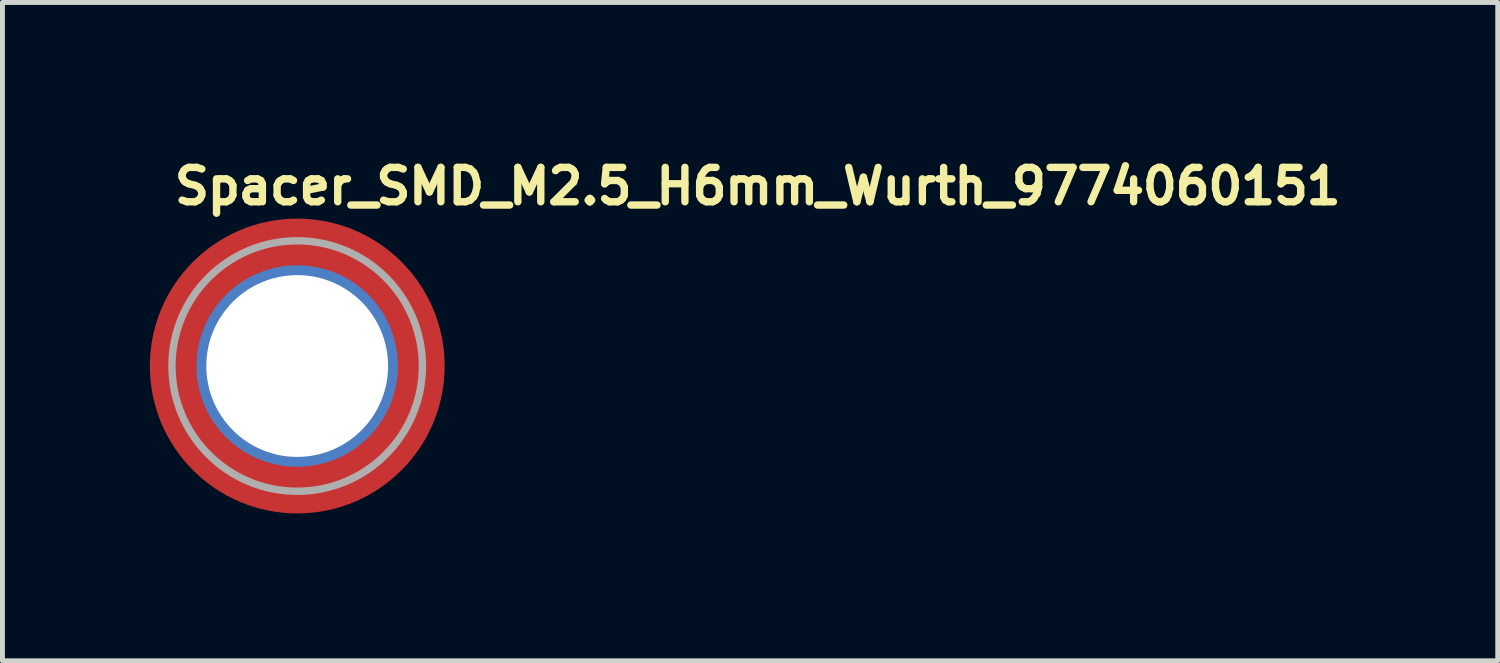
<source format=kicad_pcb>
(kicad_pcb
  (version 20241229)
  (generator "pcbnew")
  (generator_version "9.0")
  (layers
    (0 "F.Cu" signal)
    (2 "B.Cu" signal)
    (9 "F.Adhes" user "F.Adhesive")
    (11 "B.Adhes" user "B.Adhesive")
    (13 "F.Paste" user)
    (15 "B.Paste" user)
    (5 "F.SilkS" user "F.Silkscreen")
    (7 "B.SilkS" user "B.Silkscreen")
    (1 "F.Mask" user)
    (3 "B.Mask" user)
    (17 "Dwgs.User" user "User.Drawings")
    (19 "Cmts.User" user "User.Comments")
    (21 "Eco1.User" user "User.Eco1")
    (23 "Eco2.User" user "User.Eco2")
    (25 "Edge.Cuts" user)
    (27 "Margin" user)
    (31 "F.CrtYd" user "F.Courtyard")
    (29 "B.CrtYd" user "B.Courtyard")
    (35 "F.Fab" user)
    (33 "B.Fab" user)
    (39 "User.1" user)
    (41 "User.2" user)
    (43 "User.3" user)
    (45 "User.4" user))
  (footprint "Spacer_SMD_M2.5_H6mm_Wurth_9774060151"
    (layer "F.Cu")
    (at 3 4.4)
    (property "Reference" "Spacer_SMD_M2.5_H6mm_Wurth_9774060151" (at -2.575 -3.25 0) (layer "F.SilkS") (effects (font (size 0.7 0.7) (thickness 0.15)) (justify left bottom)))
    (attr smd)
    (fp_circle (center 0 0) (end 2.522 0) (stroke (width 0.8) (type solid)) (fill no) (layer "F.Paste"))
    (fp_circle (center -0.001 0) (end 2.548 0) (stroke (width 0.15) (type solid)) (fill no) (layer "F.Fab"))
    (fp_line (start -2.551 0) (end -2.551 0) (stroke (width 0.02) (type solid)) (layer "User.9"))
    (fp_line (start -2.551 0) (end -2.548 0.131) (stroke (width 0.02) (type solid)) (layer "User.9"))
    (fp_line (start -2.548 -0.133) (end -2.551 0) (stroke (width 0.02) (type solid)) (layer "User.9"))
    (fp_line (start -2.548 0.131) (end -2.537 0.26) (stroke (width 0.02) (type solid)) (layer "User.9"))
    (fp_line (start -2.537 -0.262) (end -2.548 -0.133) (stroke (width 0.02) (type solid)) (layer "User.9"))
    (fp_line (start -2.537 0.26) (end -2.521 0.388) (stroke (width 0.02) (type solid)) (layer "User.9"))
    (fp_line (start -2.521 -0.39) (end -2.537 -0.262) (stroke (width 0.02) (type solid)) (layer "User.9"))
    (fp_line (start -2.521 0.388) (end -2.5 0.513) (stroke (width 0.02) (type solid)) (layer "User.9"))
    (fp_line (start -2.5 -0.515) (end -2.521 -0.39) (stroke (width 0.02) (type solid)) (layer "User.9"))
    (fp_line (start -2.5 0.513) (end -2.471 0.636) (stroke (width 0.02) (type solid)) (layer "User.9"))
    (fp_line (start -2.471 -0.638) (end -2.5 -0.515) (stroke (width 0.02) (type solid)) (layer "User.9"))
    (fp_line (start -2.471 0.636) (end -2.436 0.757) (stroke (width 0.02) (type solid)) (layer "User.9"))
    (fp_line (start -2.436 -0.759) (end -2.471 -0.638) (stroke (width 0.02) (type solid)) (layer "User.9"))
    (fp_line (start -2.436 0.757) (end -2.396 0.875) (stroke (width 0.02) (type solid)) (layer "User.9"))
    (fp_line (start -2.396 -0.877) (end -2.436 -0.759) (stroke (width 0.02) (type solid)) (layer "User.9"))
    (fp_line (start -2.396 0.875) (end -2.351 0.991) (stroke (width 0.02) (type solid)) (layer "User.9"))
    (fp_line (start -2.351 -0.993) (end -2.396 -0.877) (stroke (width 0.02) (type solid)) (layer "User.9"))
    (fp_line (start -2.351 0.991) (end -2.3 1.104) (stroke (width 0.02) (type solid)) (layer "User.9"))
    (fp_line (start -2.3 -1.107) (end -2.351 -0.993) (stroke (width 0.02) (type solid)) (layer "User.9"))
    (fp_line (start -2.3 1.104) (end -2.244 1.215) (stroke (width 0.02) (type solid)) (layer "User.9"))
    (fp_line (start -2.244 -1.216) (end -2.3 -1.107) (stroke (width 0.02) (type solid)) (layer "User.9"))
    (fp_line (start -2.244 1.215) (end -2.181 1.322) (stroke (width 0.02) (type solid)) (layer "User.9"))
    (fp_line (start -2.181 -1.323) (end -2.244 -1.216) (stroke (width 0.02) (type solid)) (layer "User.9"))
    (fp_line (start -2.181 1.322) (end -2.115 1.425) (stroke (width 0.02) (type solid)) (layer "User.9"))
    (fp_line (start -2.115 -1.426) (end -2.181 -1.323) (stroke (width 0.02) (type solid)) (layer "User.9"))
    (fp_line (start -2.115 1.425) (end -2.045 1.525) (stroke (width 0.02) (type solid)) (layer "User.9"))
    (fp_line (start -2.045 -1.526) (end -2.115 -1.426) (stroke (width 0.02) (type solid)) (layer "User.9"))
    (fp_line (start -2.045 1.525) (end -1.968 1.622) (stroke (width 0.02) (type solid)) (layer "User.9"))
    (fp_line (start -1.968 -1.623) (end -2.045 -1.526) (stroke (width 0.02) (type solid)) (layer "User.9"))
    (fp_line (start -1.968 1.622) (end -1.888 1.713) (stroke (width 0.02) (type solid)) (layer "User.9"))
    (fp_line (start -1.888 -1.716) (end -1.968 -1.623) (stroke (width 0.02) (type solid)) (layer "User.9"))
    (fp_line (start -1.888 1.713) (end -1.805 1.802) (stroke (width 0.02) (type solid)) (layer "User.9"))
    (fp_line (start -1.805 -1.805) (end -1.888 -1.716) (stroke (width 0.02) (type solid)) (layer "User.9"))
    (fp_line (start -1.805 1.802) (end -1.715 1.886) (stroke (width 0.02) (type solid)) (layer "User.9"))
    (fp_line (start -1.715 -1.889) (end -1.805 -1.805) (stroke (width 0.02) (type solid)) (layer "User.9"))
    (fp_line (start -1.715 1.886) (end -1.623 1.967) (stroke (width 0.02) (type solid)) (layer "User.9"))
    (fp_line (start -1.623 -1.968) (end -1.715 -1.889) (stroke (width 0.02) (type solid)) (layer "User.9"))
    (fp_line (start -1.623 1.967) (end -1.526 2.043) (stroke (width 0.02) (type solid)) (layer "User.9"))
    (fp_line (start -1.526 -2.044) (end -1.623 -1.968) (stroke (width 0.02) (type solid)) (layer "User.9"))
    (fp_line (start -1.526 2.043) (end -1.426 2.113) (stroke (width 0.02) (type solid)) (layer "User.9"))
    (fp_line (start -1.426 -2.116) (end -1.526 -2.044) (stroke (width 0.02) (type solid)) (layer "User.9"))
    (fp_line (start -1.426 2.113) (end -1.324 2.18) (stroke (width 0.02) (type solid)) (layer "User.9"))
    (fp_line (start -1.324 -2.182) (end -1.426 -2.116) (stroke (width 0.02) (type solid)) (layer "User.9"))
    (fp_line (start -1.324 2.18) (end -1.216 2.241) (stroke (width 0.02) (type solid)) (layer "User.9"))
    (fp_line (start -1.216 -2.243) (end -1.324 -2.182) (stroke (width 0.02) (type solid)) (layer "User.9"))
    (fp_line (start -1.216 2.241) (end -1.107 2.297) (stroke (width 0.02) (type solid)) (layer "User.9"))
    (fp_line (start -1.107 -2.299) (end -1.216 -2.243) (stroke (width 0.02) (type solid)) (layer "User.9"))
    (fp_line (start -1.107 2.297) (end -0.994 2.349) (stroke (width 0.02) (type solid)) (layer "User.9"))
    (fp_line (start -1.007 0) (end -1.007 0) (stroke (width 0.02) (type solid)) (layer "User.9"))
    (fp_line (start -1.007 0) (end -1.006 0.051) (stroke (width 0.02) (type solid)) (layer "User.9"))
    (fp_line (start -1.006 -0.053) (end -1.007 0) (stroke (width 0.02) (type solid)) (layer "User.9"))
    (fp_line (start -1.006 0.051) (end -1.002 0.102) (stroke (width 0.02) (type solid)) (layer "User.9"))
    (fp_line (start -1.002 -0.104) (end -1.006 -0.053) (stroke (width 0.02) (type solid)) (layer "User.9"))
    (fp_line (start -1.002 0.102) (end -0.995 0.152) (stroke (width 0.02) (type solid)) (layer "User.9"))
    (fp_line (start -0.995 -0.154) (end -1.002 -0.104) (stroke (width 0.02) (type solid)) (layer "User.9"))
    (fp_line (start -0.995 0.152) (end -0.987 0.202) (stroke (width 0.02) (type solid)) (layer "User.9"))
    (fp_line (start -0.994 -2.351) (end -1.107 -2.299) (stroke (width 0.02) (type solid)) (layer "User.9"))
    (fp_line (start -0.994 2.349) (end -0.877 2.394) (stroke (width 0.02) (type solid)) (layer "User.9"))
    (fp_line (start -0.987 -0.204) (end -0.995 -0.154) (stroke (width 0.02) (type solid)) (layer "User.9"))
    (fp_line (start -0.987 0.202) (end -0.975 0.25) (stroke (width 0.02) (type solid)) (layer "User.9"))
    (fp_line (start -0.975 -0.252) (end -0.987 -0.204) (stroke (width 0.02) (type solid)) (layer "User.9"))
    (fp_line (start -0.975 0.25) (end -0.962 0.298) (stroke (width 0.02) (type solid)) (layer "User.9"))
    (fp_line (start -0.962 -0.3) (end -0.975 -0.252) (stroke (width 0.02) (type solid)) (layer "User.9"))
    (fp_line (start -0.962 0.298) (end -0.946 0.346) (stroke (width 0.02) (type solid)) (layer "User.9"))
    (fp_line (start -0.946 -0.348) (end -0.962 -0.3) (stroke (width 0.02) (type solid)) (layer "User.9"))
    (fp_line (start -0.946 0.346) (end -0.929 0.391) (stroke (width 0.02) (type solid)) (layer "User.9"))
    (fp_line (start -0.929 -0.393) (end -0.946 -0.348) (stroke (width 0.02) (type solid)) (layer "User.9"))
    (fp_line (start -0.929 0.391) (end -0.909 0.435) (stroke (width 0.02) (type solid)) (layer "User.9"))
    (fp_line (start -0.909 -0.437) (end -0.929 -0.393) (stroke (width 0.02) (type solid)) (layer "User.9"))
    (fp_line (start -0.909 0.435) (end -0.886 0.479) (stroke (width 0.02) (type solid)) (layer "User.9"))
    (fp_line (start -0.886 -0.48) (end -0.909 -0.437) (stroke (width 0.02) (type solid)) (layer "User.9"))
    (fp_line (start -0.886 0.479) (end -0.861 0.521) (stroke (width 0.02) (type solid)) (layer "User.9"))
    (fp_line (start -0.877 -2.396) (end -0.994 -2.351) (stroke (width 0.02) (type solid)) (layer "User.9"))
    (fp_line (start -0.877 2.394) (end -0.76 2.435) (stroke (width 0.02) (type solid)) (layer "User.9"))
    (fp_line (start -0.861 -0.523) (end -0.886 -0.48) (stroke (width 0.02) (type solid)) (layer "User.9"))
    (fp_line (start -0.861 0.521) (end -0.836 0.562) (stroke (width 0.02) (type solid)) (layer "User.9"))
    (fp_line (start -0.836 -0.564) (end -0.861 -0.523) (stroke (width 0.02) (type solid)) (layer "User.9"))
    (fp_line (start -0.836 0.562) (end -0.808 0.601) (stroke (width 0.02) (type solid)) (layer "User.9"))
    (fp_line (start -0.808 -0.603) (end -0.836 -0.564) (stroke (width 0.02) (type solid)) (layer "User.9"))
    (fp_line (start -0.808 0.601) (end -0.777 0.64) (stroke (width 0.02) (type solid)) (layer "User.9"))
    (fp_line (start -0.777 -0.642) (end -0.808 -0.603) (stroke (width 0.02) (type solid)) (layer "User.9"))
    (fp_line (start -0.777 0.64) (end -0.747 0.676) (stroke (width 0.02) (type solid)) (layer "User.9"))
    (fp_line (start -0.76 -2.436) (end -0.877 -2.396) (stroke (width 0.02) (type solid)) (layer "User.9"))
    (fp_line (start -0.76 2.435) (end -0.639 2.468) (stroke (width 0.02) (type solid)) (layer "User.9"))
    (fp_line (start -0.747 -0.678) (end -0.777 -0.642) (stroke (width 0.02) (type solid)) (layer "User.9"))
    (fp_line (start -0.747 0.676) (end -0.712 0.71) (stroke (width 0.02) (type solid)) (layer "User.9"))
    (fp_line (start -0.712 -0.712) (end -0.747 -0.678) (stroke (width 0.02) (type solid)) (layer "User.9"))
    (fp_line (start -0.712 0.71) (end -0.677 0.744) (stroke (width 0.02) (type solid)) (layer "User.9"))
    (fp_line (start -0.677 -0.746) (end -0.712 -0.712) (stroke (width 0.02) (type solid)) (layer "User.9"))
    (fp_line (start -0.677 0.744) (end -0.642 0.776) (stroke (width 0.02) (type solid)) (layer "User.9"))
    (fp_line (start -0.642 -0.778) (end -0.677 -0.746) (stroke (width 0.02) (type solid)) (layer "User.9"))
    (fp_line (start -0.642 0.776) (end -0.603 0.806) (stroke (width 0.02) (type solid)) (layer "User.9"))
    (fp_line (start -0.639 -2.471) (end -0.76 -2.436) (stroke (width 0.02) (type solid)) (layer "User.9"))
    (fp_line (start -0.639 2.468) (end -0.514 2.498) (stroke (width 0.02) (type solid)) (layer "User.9"))
    (fp_line (start -0.603 -0.808) (end -0.642 -0.778) (stroke (width 0.02) (type solid)) (layer "User.9"))
    (fp_line (start -0.603 0.806) (end -0.563 0.833) (stroke (width 0.02) (type solid)) (layer "User.9"))
    (fp_line (start -0.563 -0.835) (end -0.603 -0.808) (stroke (width 0.02) (type solid)) (layer "User.9"))
    (fp_line (start -0.563 0.833) (end -0.523 0.859) (stroke (width 0.02) (type solid)) (layer "User.9"))
    (fp_line (start -0.523 -0.861) (end -0.563 -0.835) (stroke (width 0.02) (type solid)) (layer "User.9"))
    (fp_line (start -0.523 0.859) (end -0.481 0.884) (stroke (width 0.02) (type solid)) (layer "User.9"))
    (fp_line (start -0.514 -2.5) (end -0.639 -2.471) (stroke (width 0.02) (type solid)) (layer "User.9"))
    (fp_line (start -0.514 2.498) (end -0.389 2.519) (stroke (width 0.02) (type solid)) (layer "User.9"))
    (fp_line (start -0.481 -0.886) (end -0.523 -0.861) (stroke (width 0.02) (type solid)) (layer "User.9"))
    (fp_line (start -0.481 0.884) (end -0.438 0.907) (stroke (width 0.02) (type solid)) (layer "User.9"))
    (fp_line (start -0.438 -0.909) (end -0.481 -0.886) (stroke (width 0.02) (type solid)) (layer "User.9"))
    (fp_line (start -0.438 0.907) (end -0.393 0.927) (stroke (width 0.02) (type solid)) (layer "User.9"))
    (fp_line (start -0.393 -0.929) (end -0.438 -0.909) (stroke (width 0.02) (type solid)) (layer "User.9"))
    (fp_line (start -0.393 0.927) (end -0.348 0.945) (stroke (width 0.02) (type solid)) (layer "User.9"))
    (fp_line (start -0.389 -2.521) (end -0.514 -2.5) (stroke (width 0.02) (type solid)) (layer "User.9"))
    (fp_line (start -0.389 2.519) (end -0.261 2.535) (stroke (width 0.02) (type solid)) (layer "User.9"))
    (fp_line (start -0.348 -0.947) (end -0.393 -0.929) (stroke (width 0.02) (type solid)) (layer "User.9"))
    (fp_line (start -0.348 0.945) (end -0.301 0.96) (stroke (width 0.02) (type solid)) (layer "User.9"))
    (fp_line (start -0.301 -0.962) (end -0.348 -0.947) (stroke (width 0.02) (type solid)) (layer "User.9"))
    (fp_line (start -0.301 0.96) (end -0.252 0.973) (stroke (width 0.02) (type solid)) (layer "User.9"))
    (fp_line (start -0.261 -2.537) (end -0.389 -2.521) (stroke (width 0.02) (type solid)) (layer "User.9"))
    (fp_line (start -0.261 2.535) (end -0.132 2.546) (stroke (width 0.02) (type solid)) (layer "User.9"))
    (fp_line (start -0.252 -0.975) (end -0.301 -0.962) (stroke (width 0.02) (type solid)) (layer "User.9"))
    (fp_line (start -0.252 0.973) (end -0.204 0.985) (stroke (width 0.02) (type solid)) (layer "User.9"))
    (fp_line (start -0.204 -0.987) (end -0.252 -0.975) (stroke (width 0.02) (type solid)) (layer "User.9"))
    (fp_line (start -0.204 0.985) (end -0.155 0.993) (stroke (width 0.02) (type solid)) (layer "User.9"))
    (fp_line (start -0.155 -0.995) (end -0.204 -0.987) (stroke (width 0.02) (type solid)) (layer "User.9"))
    (fp_line (start -0.155 0.993) (end -0.103 1.001) (stroke (width 0.02) (type solid)) (layer "User.9"))
    (fp_line (start -0.132 -2.548) (end -0.261 -2.537) (stroke (width 0.02) (type solid)) (layer "User.9"))
    (fp_line (start -0.132 2.546) (end -0.001 2.548) (stroke (width 0.02) (type solid)) (layer "User.9"))
    (fp_line (start -0.103 -1.002) (end -0.155 -0.995) (stroke (width 0.02) (type solid)) (layer "User.9"))
    (fp_line (start -0.103 1.001) (end -0.052 1.005) (stroke (width 0.02) (type solid)) (layer "User.9"))
    (fp_line (start -0.052 -1.006) (end -0.103 -1.002) (stroke (width 0.02) (type solid)) (layer "User.9"))
    (fp_line (start -0.052 1.005) (end -0.001 1.005) (stroke (width 0.02) (type solid)) (layer "User.9"))
    (fp_line (start -0.001 -2.551) (end -0.132 -2.548) (stroke (width 0.02) (type solid)) (layer "User.9"))
    (fp_line (start -0.001 -2.551) (end -0.001 -2.551) (stroke (width 0.02) (type solid)) (layer "User.9"))
    (fp_line (start -0.001 -1.008) (end -0.052 -1.006) (stroke (width 0.02) (type solid)) (layer "User.9"))
    (fp_line (start -0.001 -1.008) (end -0.001 -1.008) (stroke (width 0.02) (type solid)) (layer "User.9"))
    (fp_line (start -0.001 1.005) (end -0.001 1.005) (stroke (width 0.02) (type solid)) (layer "User.9"))
    (fp_line (start -0.001 1.005) (end 0.05 1.005) (stroke (width 0.02) (type solid)) (layer "User.9"))
    (fp_line (start -0.001 2.548) (end -0.001 2.548) (stroke (width 0.02) (type solid)) (layer "User.9"))
    (fp_line (start -0.001 2.548) (end 0.131 2.546) (stroke (width 0.02) (type solid)) (layer "User.9"))
    (fp_line (start 0.05 -1.006) (end -0.001 -1.008) (stroke (width 0.02) (type solid)) (layer "User.9"))
    (fp_line (start 0.05 1.005) (end 0.102 1.001) (stroke (width 0.02) (type solid)) (layer "User.9"))
    (fp_line (start 0.102 -1.002) (end 0.05 -1.006) (stroke (width 0.02) (type solid)) (layer "User.9"))
    (fp_line (start 0.102 1.001) (end 0.152 0.993) (stroke (width 0.02) (type solid)) (layer "User.9"))
    (fp_line (start 0.131 -2.548) (end -0.001 -2.551) (stroke (width 0.02) (type solid)) (layer "User.9"))
    (fp_line (start 0.131 2.546) (end 0.26 2.535) (stroke (width 0.02) (type solid)) (layer "User.9"))
    (fp_line (start 0.152 -0.995) (end 0.102 -1.002) (stroke (width 0.02) (type solid)) (layer "User.9"))
    (fp_line (start 0.152 0.993) (end 0.202 0.985) (stroke (width 0.02) (type solid)) (layer "User.9"))
    (fp_line (start 0.202 -0.987) (end 0.152 -0.995) (stroke (width 0.02) (type solid)) (layer "User.9"))
    (fp_line (start 0.202 0.985) (end 0.251 0.973) (stroke (width 0.02) (type solid)) (layer "User.9"))
    (fp_line (start 0.251 -0.975) (end 0.202 -0.987) (stroke (width 0.02) (type solid)) (layer "User.9"))
    (fp_line (start 0.251 0.973) (end 0.299 0.96) (stroke (width 0.02) (type solid)) (layer "User.9"))
    (fp_line (start 0.26 -2.537) (end 0.131 -2.548) (stroke (width 0.02) (type solid)) (layer "User.9"))
    (fp_line (start 0.26 2.535) (end 0.388 2.519) (stroke (width 0.02) (type solid)) (layer "User.9"))
    (fp_line (start 0.299 -0.962) (end 0.251 -0.975) (stroke (width 0.02) (type solid)) (layer "User.9"))
    (fp_line (start 0.299 0.96) (end 0.345 0.945) (stroke (width 0.02) (type solid)) (layer "User.9"))
    (fp_line (start 0.345 -0.947) (end 0.299 -0.962) (stroke (width 0.02) (type solid)) (layer "User.9"))
    (fp_line (start 0.345 0.945) (end 0.39 0.927) (stroke (width 0.02) (type solid)) (layer "User.9"))
    (fp_line (start 0.388 -2.521) (end 0.26 -2.537) (stroke (width 0.02) (type solid)) (layer "User.9"))
    (fp_line (start 0.388 2.519) (end 0.512 2.498) (stroke (width 0.02) (type solid)) (layer "User.9"))
    (fp_line (start 0.39 -0.929) (end 0.345 -0.947) (stroke (width 0.02) (type solid)) (layer "User.9"))
    (fp_line (start 0.39 0.927) (end 0.435 0.907) (stroke (width 0.02) (type solid)) (layer "User.9"))
    (fp_line (start 0.435 -0.909) (end 0.39 -0.929) (stroke (width 0.02) (type solid)) (layer "User.9"))
    (fp_line (start 0.435 0.907) (end 0.479 0.884) (stroke (width 0.02) (type solid)) (layer "User.9"))
    (fp_line (start 0.479 -0.886) (end 0.435 -0.909) (stroke (width 0.02) (type solid)) (layer "User.9"))
    (fp_line (start 0.479 0.884) (end 0.52 0.859) (stroke (width 0.02) (type solid)) (layer "User.9"))
    (fp_line (start 0.512 -2.5) (end 0.388 -2.521) (stroke (width 0.02) (type solid)) (layer "User.9"))
    (fp_line (start 0.512 2.498) (end 0.637 2.468) (stroke (width 0.02) (type solid)) (layer "User.9"))
    (fp_line (start 0.52 -0.861) (end 0.479 -0.886) (stroke (width 0.02) (type solid)) (layer "User.9"))
    (fp_line (start 0.52 0.859) (end 0.562 0.833) (stroke (width 0.02) (type solid)) (layer "User.9"))
    (fp_line (start 0.562 -0.835) (end 0.52 -0.861) (stroke (width 0.02) (type solid)) (layer "User.9"))
    (fp_line (start 0.562 0.833) (end 0.602 0.806) (stroke (width 0.02) (type solid)) (layer "User.9"))
    (fp_line (start 0.602 -0.808) (end 0.562 -0.835) (stroke (width 0.02) (type solid)) (layer "User.9"))
    (fp_line (start 0.602 0.806) (end 0.639 0.776) (stroke (width 0.02) (type solid)) (layer "User.9"))
    (fp_line (start 0.637 -2.471) (end 0.512 -2.5) (stroke (width 0.02) (type solid)) (layer "User.9"))
    (fp_line (start 0.637 2.468) (end 0.757 2.435) (stroke (width 0.02) (type solid)) (layer "User.9"))
    (fp_line (start 0.639 -0.778) (end 0.602 -0.808) (stroke (width 0.02) (type solid)) (layer "User.9"))
    (fp_line (start 0.639 0.776) (end 0.675 0.744) (stroke (width 0.02) (type solid)) (layer "User.9"))
    (fp_line (start 0.675 -0.746) (end 0.639 -0.778) (stroke (width 0.02) (type solid)) (layer "User.9"))
    (fp_line (start 0.675 0.744) (end 0.711 0.71) (stroke (width 0.02) (type solid)) (layer "User.9"))
    (fp_line (start 0.711 -0.712) (end 0.675 -0.746) (stroke (width 0.02) (type solid)) (layer "User.9"))
    (fp_line (start 0.711 0.71) (end 0.745 0.676) (stroke (width 0.02) (type solid)) (layer "User.9"))
    (fp_line (start 0.745 -0.678) (end 0.711 -0.712) (stroke (width 0.02) (type solid)) (layer "User.9"))
    (fp_line (start 0.745 0.676) (end 0.776 0.64) (stroke (width 0.02) (type solid)) (layer "User.9"))
    (fp_line (start 0.757 -2.436) (end 0.637 -2.471) (stroke (width 0.02) (type solid)) (layer "User.9"))
    (fp_line (start 0.757 2.435) (end 0.876 2.394) (stroke (width 0.02) (type solid)) (layer "User.9"))
    (fp_line (start 0.776 -0.642) (end 0.745 -0.678) (stroke (width 0.02) (type solid)) (layer "User.9"))
    (fp_line (start 0.776 0.64) (end 0.806 0.601) (stroke (width 0.02) (type solid)) (layer "User.9"))
    (fp_line (start 0.806 -0.603) (end 0.776 -0.642) (stroke (width 0.02) (type solid)) (layer "User.9"))
    (fp_line (start 0.806 0.601) (end 0.834 0.562) (stroke (width 0.02) (type solid)) (layer "User.9"))
    (fp_line (start 0.834 -0.564) (end 0.806 -0.603) (stroke (width 0.02) (type solid)) (layer "User.9"))
    (fp_line (start 0.834 0.562) (end 0.86 0.521) (stroke (width 0.02) (type solid)) (layer "User.9"))
    (fp_line (start 0.86 -0.523) (end 0.834 -0.564) (stroke (width 0.02) (type solid)) (layer "User.9"))
    (fp_line (start 0.86 0.521) (end 0.884 0.479) (stroke (width 0.02) (type solid)) (layer "User.9"))
    (fp_line (start 0.876 -2.396) (end 0.757 -2.436) (stroke (width 0.02) (type solid)) (layer "User.9"))
    (fp_line (start 0.876 2.394) (end 0.991 2.349) (stroke (width 0.02) (type solid)) (layer "User.9"))
    (fp_line (start 0.884 -0.48) (end 0.86 -0.523) (stroke (width 0.02) (type solid)) (layer "User.9"))
    (fp_line (start 0.884 0.479) (end 0.907 0.435) (stroke (width 0.02) (type solid)) (layer "User.9"))
    (fp_line (start 0.907 -0.437) (end 0.884 -0.48) (stroke (width 0.02) (type solid)) (layer "User.9"))
    (fp_line (start 0.907 0.435) (end 0.927 0.391) (stroke (width 0.02) (type solid)) (layer "User.9"))
    (fp_line (start 0.927 -0.393) (end 0.907 -0.437) (stroke (width 0.02) (type solid)) (layer "User.9"))
    (fp_line (start 0.927 0.391) (end 0.945 0.346) (stroke (width 0.02) (type solid)) (layer "User.9"))
    (fp_line (start 0.945 -0.348) (end 0.927 -0.393) (stroke (width 0.02) (type solid)) (layer "User.9"))
    (fp_line (start 0.945 0.346) (end 0.961 0.298) (stroke (width 0.02) (type solid)) (layer "User.9"))
    (fp_line (start 0.961 -0.3) (end 0.945 -0.348) (stroke (width 0.02) (type solid)) (layer "User.9"))
    (fp_line (start 0.961 0.298) (end 0.973 0.25) (stroke (width 0.02) (type solid)) (layer "User.9"))
    (fp_line (start 0.973 -0.252) (end 0.961 -0.3) (stroke (width 0.02) (type solid)) (layer "User.9"))
    (fp_line (start 0.973 0.25) (end 0.985 0.202) (stroke (width 0.02) (type solid)) (layer "User.9"))
    (fp_line (start 0.985 -0.204) (end 0.973 -0.252) (stroke (width 0.02) (type solid)) (layer "User.9"))
    (fp_line (start 0.985 0.202) (end 0.993 0.152) (stroke (width 0.02) (type solid)) (layer "User.9"))
    (fp_line (start 0.991 -2.351) (end 0.876 -2.396) (stroke (width 0.02) (type solid)) (layer "User.9"))
    (fp_line (start 0.991 2.349) (end 1.104 2.297) (stroke (width 0.02) (type solid)) (layer "User.9"))
    (fp_line (start 0.993 -0.154) (end 0.985 -0.204) (stroke (width 0.02) (type solid)) (layer "User.9"))
    (fp_line (start 0.993 0.152) (end 1.001 0.102) (stroke (width 0.02) (type solid)) (layer "User.9"))
    (fp_line (start 1.001 -0.104) (end 0.993 -0.154) (stroke (width 0.02) (type solid)) (layer "User.9"))
    (fp_line (start 1.001 0.102) (end 1.005 0.051) (stroke (width 0.02) (type solid)) (layer "User.9"))
    (fp_line (start 1.005 -0.053) (end 1.001 -0.104) (stroke (width 0.02) (type solid)) (layer "User.9"))
    (fp_line (start 1.005 0) (end 1.005 -0.053) (stroke (width 0.02) (type solid)) (layer "User.9"))
    (fp_line (start 1.005 0) (end 1.005 0) (stroke (width 0.02) (type solid)) (layer "User.9"))
    (fp_line (start 1.005 0) (end 1.005 0) (stroke (width 0.02) (type solid)) (layer "User.9"))
    (fp_line (start 1.005 0.051) (end 1.005 0) (stroke (width 0.02) (type solid)) (layer "User.9"))
    (fp_line (start 1.104 -2.299) (end 0.991 -2.351) (stroke (width 0.02) (type solid)) (layer "User.9"))
    (fp_line (start 1.104 2.297) (end 1.215 2.241) (stroke (width 0.02) (type solid)) (layer "User.9"))
    (fp_line (start 1.215 -2.243) (end 1.104 -2.299) (stroke (width 0.02) (type solid)) (layer "User.9"))
    (fp_line (start 1.215 2.241) (end 1.322 2.18) (stroke (width 0.02) (type solid)) (layer "User.9"))
    (fp_line (start 1.322 -2.182) (end 1.215 -2.243) (stroke (width 0.02) (type solid)) (layer "User.9"))
    (fp_line (start 1.322 2.18) (end 1.425 2.113) (stroke (width 0.02) (type solid)) (layer "User.9"))
    (fp_line (start 1.425 -2.116) (end 1.322 -2.182) (stroke (width 0.02) (type solid)) (layer "User.9"))
    (fp_line (start 1.425 2.113) (end 1.524 2.043) (stroke (width 0.02) (type solid)) (layer "User.9"))
    (fp_line (start 1.524 -2.044) (end 1.425 -2.116) (stroke (width 0.02) (type solid)) (layer "User.9"))
    (fp_line (start 1.524 2.043) (end 1.621 1.967) (stroke (width 0.02) (type solid)) (layer "User.9"))
    (fp_line (start 1.621 -1.968) (end 1.524 -2.044) (stroke (width 0.02) (type solid)) (layer "User.9"))
    (fp_line (start 1.621 1.967) (end 1.714 1.886) (stroke (width 0.02) (type solid)) (layer "User.9"))
    (fp_line (start 1.714 -1.889) (end 1.621 -1.968) (stroke (width 0.02) (type solid)) (layer "User.9"))
    (fp_line (start 1.714 1.886) (end 1.803 1.802) (stroke (width 0.02) (type solid)) (layer "User.9"))
    (fp_line (start 1.803 -1.805) (end 1.714 -1.889) (stroke (width 0.02) (type solid)) (layer "User.9"))
    (fp_line (start 1.803 1.802) (end 1.886 1.713) (stroke (width 0.02) (type solid)) (layer "User.9"))
    (fp_line (start 1.886 -1.716) (end 1.803 -1.805) (stroke (width 0.02) (type solid)) (layer "User.9"))
    (fp_line (start 1.886 1.713) (end 1.966 1.622) (stroke (width 0.02) (type solid)) (layer "User.9"))
    (fp_line (start 1.966 -1.623) (end 1.886 -1.716) (stroke (width 0.02) (type solid)) (layer "User.9"))
    (fp_line (start 1.966 1.622) (end 2.043 1.525) (stroke (width 0.02) (type solid)) (layer "User.9"))
    (fp_line (start 2.043 -1.526) (end 1.966 -1.623) (stroke (width 0.02) (type solid)) (layer "User.9"))
    (fp_line (start 2.043 1.525) (end 2.114 1.425) (stroke (width 0.02) (type solid)) (layer "User.9"))
    (fp_line (start 2.114 -1.426) (end 2.043 -1.526) (stroke (width 0.02) (type solid)) (layer "User.9"))
    (fp_line (start 2.114 1.425) (end 2.18 1.322) (stroke (width 0.02) (type solid)) (layer "User.9"))
    (fp_line (start 2.18 -1.323) (end 2.114 -1.426) (stroke (width 0.02) (type solid)) (layer "User.9"))
    (fp_line (start 2.18 1.322) (end 2.242 1.215) (stroke (width 0.02) (type solid)) (layer "User.9"))
    (fp_line (start 2.242 -1.216) (end 2.18 -1.323) (stroke (width 0.02) (type solid)) (layer "User.9"))
    (fp_line (start 2.242 1.215) (end 2.298 1.104) (stroke (width 0.02) (type solid)) (layer "User.9"))
    (fp_line (start 2.298 -1.107) (end 2.242 -1.216) (stroke (width 0.02) (type solid)) (layer "User.9"))
    (fp_line (start 2.298 1.104) (end 2.349 0.991) (stroke (width 0.02) (type solid)) (layer "User.9"))
    (fp_line (start 2.349 -0.993) (end 2.298 -1.107) (stroke (width 0.02) (type solid)) (layer "User.9"))
    (fp_line (start 2.349 0.991) (end 2.395 0.875) (stroke (width 0.02) (type solid)) (layer "User.9"))
    (fp_line (start 2.395 -0.877) (end 2.349 -0.993) (stroke (width 0.02) (type solid)) (layer "User.9"))
    (fp_line (start 2.395 0.875) (end 2.435 0.757) (stroke (width 0.02) (type solid)) (layer "User.9"))
    (fp_line (start 2.435 -0.759) (end 2.395 -0.877) (stroke (width 0.02) (type solid)) (layer "User.9"))
    (fp_line (start 2.435 0.757) (end 2.468 0.636) (stroke (width 0.02) (type solid)) (layer "User.9"))
    (fp_line (start 2.468 -0.638) (end 2.435 -0.759) (stroke (width 0.02) (type solid)) (layer "User.9"))
    (fp_line (start 2.468 0.636) (end 2.497 0.513) (stroke (width 0.02) (type solid)) (layer "User.9"))
    (fp_line (start 2.497 -0.515) (end 2.468 -0.638) (stroke (width 0.02) (type solid)) (layer "User.9"))
    (fp_line (start 2.497 0.513) (end 2.519 0.388) (stroke (width 0.02) (type solid)) (layer "User.9"))
    (fp_line (start 2.519 -0.39) (end 2.497 -0.515) (stroke (width 0.02) (type solid)) (layer "User.9"))
    (fp_line (start 2.519 0.388) (end 2.535 0.26) (stroke (width 0.02) (type solid)) (layer "User.9"))
    (fp_line (start 2.535 -0.262) (end 2.519 -0.39) (stroke (width 0.02) (type solid)) (layer "User.9"))
    (fp_line (start 2.535 0.26) (end 2.545 0.131) (stroke (width 0.02) (type solid)) (layer "User.9"))
    (fp_line (start 2.545 -0.133) (end 2.535 -0.262) (stroke (width 0.02) (type solid)) (layer "User.9"))
    (fp_line (start 2.545 0.131) (end 2.548 0) (stroke (width 0.02) (type solid)) (layer "User.9"))
    (fp_line (start 2.548 0) (end 2.545 -0.133) (stroke (width 0.02) (type solid)) (layer "User.9"))
    (fp_line (start 2.548 0) (end 2.548 0) (stroke (width 0.02) (type solid)) (layer "User.9"))
    (fp_line (start 2.548 0) (end 2.548 0) (stroke (width 0.02) (type solid)) (layer "User.9"))
    (pad "1" thru_hole circle (at -0.001 0) (size 4.1 4.1) (drill 3.7) (layers "*.Cu" "*.Mask"))
    (pad "1" smd circle (at 0 0) (size 6 6) (layers "F.Cu" "F.Mask")))
  (gr_rect
    (start -3 -3)
    (end 27.435 10.4)
    (stroke (width 0.1) (type default))
    (fill no)
    (layer "Edge.Cuts")))
</source>
